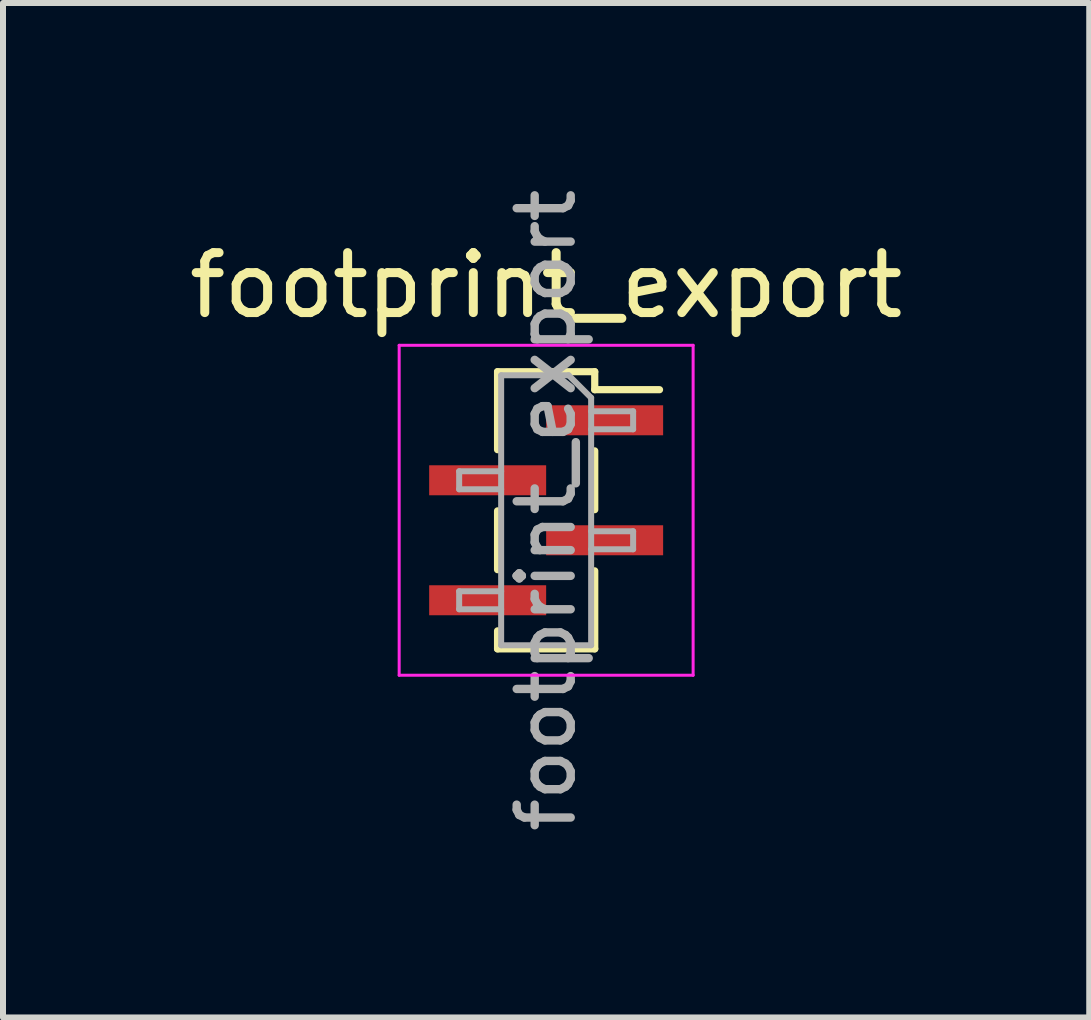
<source format=kicad_pcb>
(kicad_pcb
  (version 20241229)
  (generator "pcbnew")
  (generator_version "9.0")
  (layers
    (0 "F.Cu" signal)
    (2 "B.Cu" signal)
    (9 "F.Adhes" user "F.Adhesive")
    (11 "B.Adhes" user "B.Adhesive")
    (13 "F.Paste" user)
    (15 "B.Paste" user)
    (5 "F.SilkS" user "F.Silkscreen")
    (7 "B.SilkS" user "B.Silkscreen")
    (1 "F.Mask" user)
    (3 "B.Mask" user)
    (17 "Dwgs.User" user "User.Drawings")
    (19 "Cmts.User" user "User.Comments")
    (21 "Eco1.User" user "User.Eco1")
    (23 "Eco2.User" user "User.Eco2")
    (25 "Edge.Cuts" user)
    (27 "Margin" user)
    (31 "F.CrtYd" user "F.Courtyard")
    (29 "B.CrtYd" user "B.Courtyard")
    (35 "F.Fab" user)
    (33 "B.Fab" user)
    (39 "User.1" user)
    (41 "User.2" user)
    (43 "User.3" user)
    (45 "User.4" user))
  (footprint "footprint_export"
    (layer "F.Cu")
    (at 6.054 5.456)
    (property "Reference" "footprint_export" (at 0 -3.75 0) (layer "F.SilkS") (effects (font (size 1 1) (thickness 0.15))))
    (attr smd)
    (fp_line (start -0.81 -2.31) (end -0.81 -1.01) (stroke (width 0.12) (type solid)) (layer "F.SilkS"))
    (fp_line (start -0.81 -2.31) (end 0.81 -2.31) (stroke (width 0.12) (type solid)) (layer "F.SilkS"))
    (fp_line (start -0.81 0.01) (end -0.81 0.99) (stroke (width 0.12) (type solid)) (layer "F.SilkS"))
    (fp_line (start -0.81 2.01) (end -0.81 2.31) (stroke (width 0.12) (type solid)) (layer "F.SilkS"))
    (fp_line (start -0.81 2.31) (end 0.81 2.31) (stroke (width 0.12) (type solid)) (layer "F.SilkS"))
    (fp_line (start 0.81 -2.31) (end 0.81 -2.01) (stroke (width 0.12) (type solid)) (layer "F.SilkS"))
    (fp_line (start 0.81 -2.01) (end 1.89 -2.01) (stroke (width 0.12) (type solid)) (layer "F.SilkS"))
    (fp_line (start 0.81 -0.99) (end 0.81 -0.01) (stroke (width 0.12) (type solid)) (layer "F.SilkS"))
    (fp_line (start 0.81 1.01) (end 0.81 2.31) (stroke (width 0.12) (type solid)) (layer "F.SilkS"))
    (fp_line (start -2.45 -2.75) (end 2.45 -2.75) (stroke (width 0.05) (type solid)) (layer "F.CrtYd"))
    (fp_line (start -2.45 2.75) (end -2.45 -2.75) (stroke (width 0.05) (type solid)) (layer "F.CrtYd"))
    (fp_line (start 2.45 -2.75) (end 2.45 2.75) (stroke (width 0.05) (type solid)) (layer "F.CrtYd"))
    (fp_line (start 2.45 2.75) (end -2.45 2.75) (stroke (width 0.05) (type solid)) (layer "F.CrtYd"))
    (fp_line (start -1.45 -0.65) (end -0.75 -0.65) (stroke (width 0.1) (type solid)) (layer "F.Fab"))
    (fp_line (start -1.45 -0.35) (end -1.45 -0.65) (stroke (width 0.1) (type solid)) (layer "F.Fab"))
    (fp_line (start -1.45 1.35) (end -0.75 1.35) (stroke (width 0.1) (type solid)) (layer "F.Fab"))
    (fp_line (start -1.45 1.65) (end -1.45 1.35) (stroke (width 0.1) (type solid)) (layer "F.Fab"))
    (fp_line (start -0.75 -2.25) (end 0.375 -2.25) (stroke (width 0.1) (type solid)) (layer "F.Fab"))
    (fp_line (start -0.75 -0.35) (end -1.45 -0.35) (stroke (width 0.1) (type solid)) (layer "F.Fab"))
    (fp_line (start -0.75 1.65) (end -1.45 1.65) (stroke (width 0.1) (type solid)) (layer "F.Fab"))
    (fp_line (start -0.75 2.25) (end -0.75 -2.25) (stroke (width 0.1) (type solid)) (layer "F.Fab"))
    (fp_line (start 0.375 -2.25) (end 0.75 -1.875) (stroke (width 0.1) (type solid)) (layer "F.Fab"))
    (fp_line (start 0.75 -1.875) (end 0.75 2.25) (stroke (width 0.1) (type solid)) (layer "F.Fab"))
    (fp_line (start 0.75 -1.65) (end 1.45 -1.65) (stroke (width 0.1) (type solid)) (layer "F.Fab"))
    (fp_line (start 0.75 0.35) (end 1.45 0.35) (stroke (width 0.1) (type solid)) (layer "F.Fab"))
    (fp_line (start 0.75 2.25) (end -0.75 2.25) (stroke (width 0.1) (type solid)) (layer "F.Fab"))
    (fp_line (start 1.45 -1.65) (end 1.45 -1.35) (stroke (width 0.1) (type solid)) (layer "F.Fab"))
    (fp_line (start 1.45 -1.35) (end 0.75 -1.35) (stroke (width 0.1) (type solid)) (layer "F.Fab"))
    (fp_line (start 1.45 0.35) (end 1.45 0.65) (stroke (width 0.1) (type solid)) (layer "F.Fab"))
    (fp_line (start 1.45 0.65) (end 0.75 0.65) (stroke (width 0.1) (type solid)) (layer "F.Fab"))
    (fp_text user "${REFERENCE}" (at 0 0 90) (layer "F.Fab") (effects (font (size 0.9 0.9) (thickness 0.14))))
    (pad "1" smd rect (at 0.975 -1.5) (size 1.95 0.5) (layers "F.Cu" "F.Mask" "F.Paste"))
    (pad "2" smd rect (at -0.975 -0.5) (size 1.95 0.5) (layers "F.Cu" "F.Mask" "F.Paste"))
    (pad "3" smd rect (at 0.975 0.5) (size 1.95 0.5) (layers "F.Cu" "F.Mask" "F.Paste"))
    (pad "4" smd rect (at -0.975 1.5) (size 1.95 0.5) (layers "F.Cu" "F.Mask" "F.Paste")))
  (gr_rect
    (start -3 -3)
    (end 15.107 13.911)
    (stroke (width 0.1) (type default))
    (fill no)
    (layer "Edge.Cuts")))
</source>
